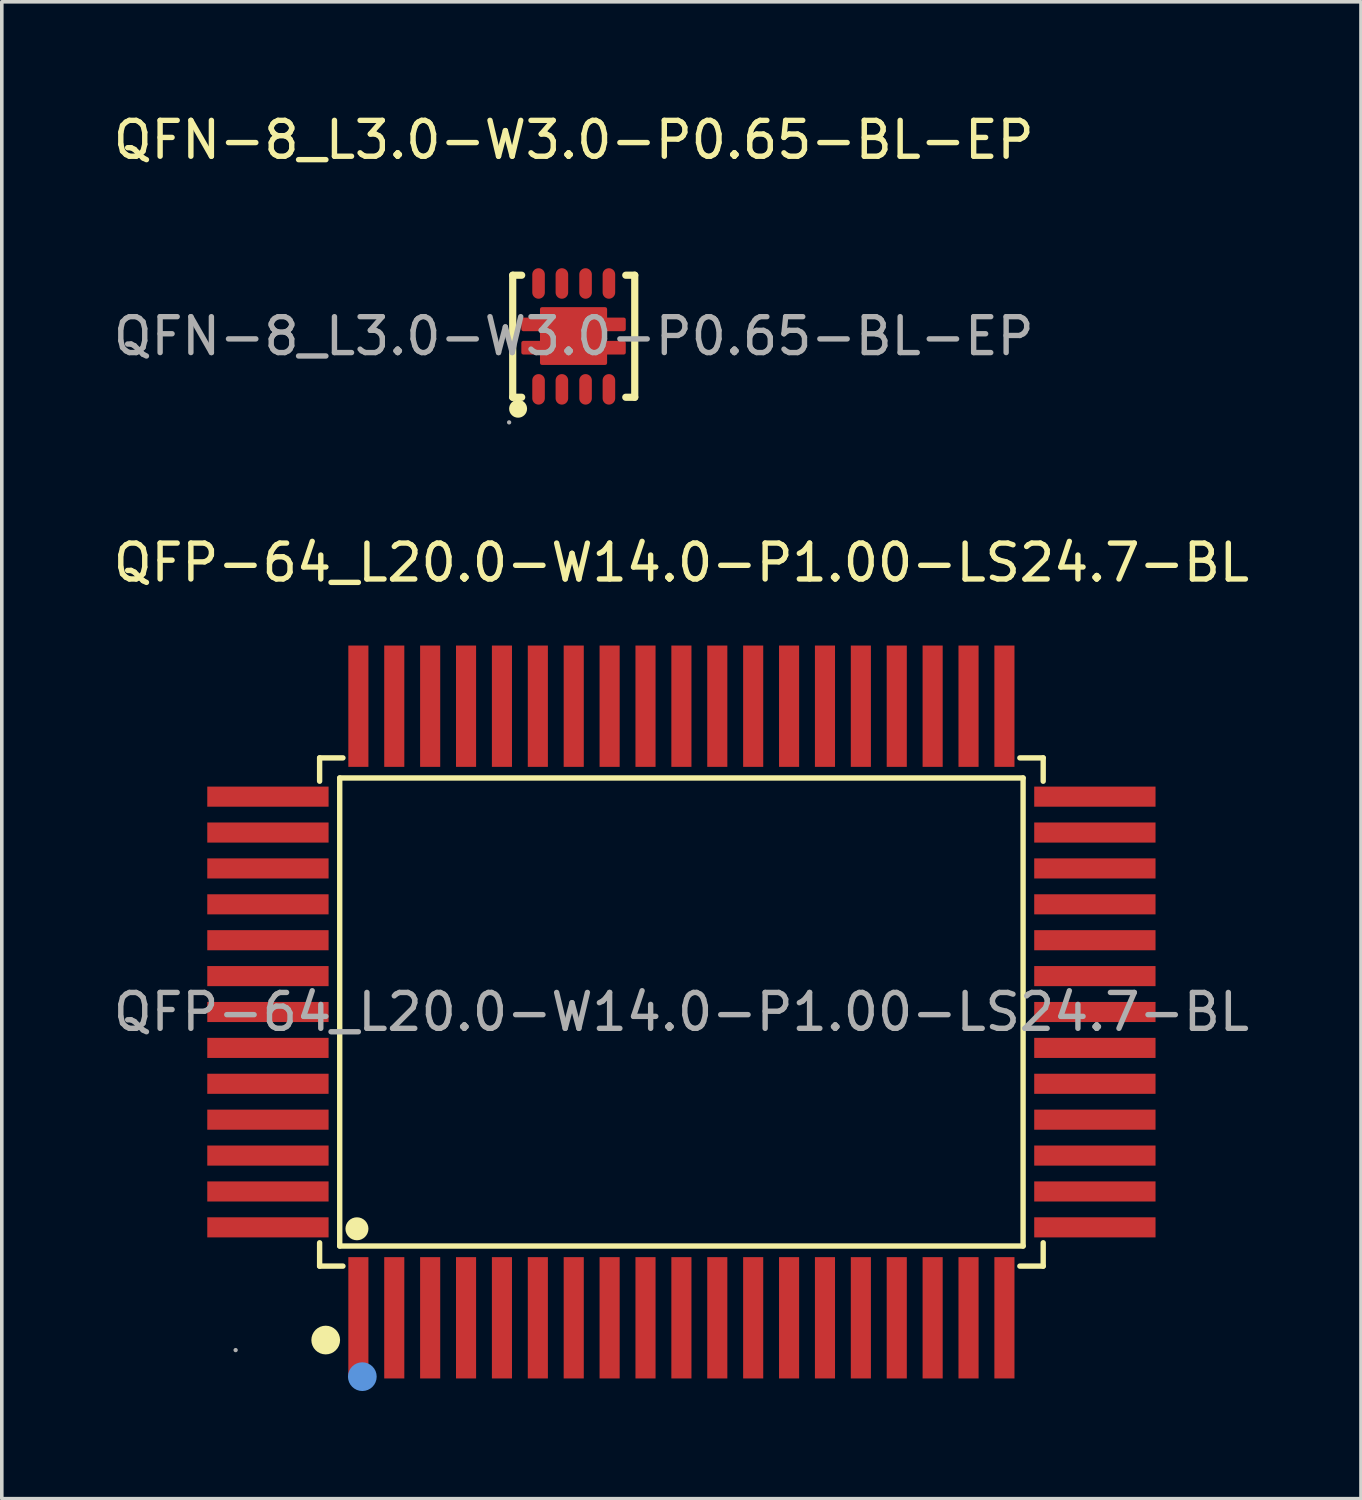
<source format=kicad_pcb>
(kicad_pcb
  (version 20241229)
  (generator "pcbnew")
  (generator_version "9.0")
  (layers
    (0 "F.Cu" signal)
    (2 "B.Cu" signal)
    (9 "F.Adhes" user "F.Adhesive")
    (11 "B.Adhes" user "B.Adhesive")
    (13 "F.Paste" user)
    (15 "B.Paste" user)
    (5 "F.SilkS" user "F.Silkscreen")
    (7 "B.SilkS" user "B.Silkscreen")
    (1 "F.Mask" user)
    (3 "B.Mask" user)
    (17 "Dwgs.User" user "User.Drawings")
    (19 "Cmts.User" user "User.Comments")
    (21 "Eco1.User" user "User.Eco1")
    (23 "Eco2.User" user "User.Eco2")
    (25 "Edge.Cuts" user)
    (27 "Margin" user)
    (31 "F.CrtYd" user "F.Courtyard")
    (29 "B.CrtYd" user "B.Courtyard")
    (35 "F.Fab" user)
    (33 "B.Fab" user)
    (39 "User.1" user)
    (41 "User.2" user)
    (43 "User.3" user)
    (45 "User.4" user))
  (footprint "QFN-8_L3.0-W3.0-P0.65-BL-EP"
    (layer "F.Cu")
    (at 12.935 6.318)
    (property "Reference" "QFN-8_L3.0-W3.0-P0.65-BL-EP" (at 0 -5.47 0) (layer "F.SilkS") (effects (font (size 1 1) (thickness 0.15))))
    (attr through_hole)
    (fp_line (start -1.7 -1.7) (end -1.45 -1.7) (stroke (width 0.2) (type solid)) (layer "F.SilkS"))
    (fp_line (start -1.7 1.7) (end -1.7 -1.7) (stroke (width 0.2) (type solid)) (layer "F.SilkS"))
    (fp_line (start -1.45 1.7) (end -1.7 1.7) (stroke (width 0.2) (type solid)) (layer "F.SilkS"))
    (fp_line (start 1.45 -1.7) (end 1.7 -1.7) (stroke (width 0.2) (type solid)) (layer "F.SilkS"))
    (fp_line (start 1.7 -1.7) (end 1.7 1.7) (stroke (width 0.2) (type solid)) (layer "F.SilkS"))
    (fp_line (start 1.7 1.7) (end 1.45 1.7) (stroke (width 0.2) (type solid)) (layer "F.SilkS"))
    (fp_arc (start -1.55 2.02) (mid -1.55 2.02) (end -1.55 2.02) (stroke (width 0.25) (type solid)) (layer "F.SilkS"))
    (fp_circle (center -1.8 2.4) (end -1.77 2.4) (stroke (width 0.06) (type solid)) (fill no) (layer "F.Fab"))
    (fp_text user "${REFERENCE}" (at 0 0 0) (layer "F.Fab") (effects (font (size 1 1) (thickness 0.15))))
    (pad "1" smd oval (at -0.98 1.48) (size 0.35 0.85) (layers "F.Cu" "F.Mask" "F.Paste"))
    (pad "2" smd oval (at -0.33 1.48) (size 0.35 0.85) (layers "F.Cu" "F.Mask" "F.Paste"))
    (pad "3" smd oval (at 0.33 1.48) (size 0.35 0.85) (layers "F.Cu" "F.Mask" "F.Paste"))
    (pad "4" smd oval (at 0.98 1.48) (size 0.35 0.85) (layers "F.Cu" "F.Mask" "F.Paste"))
    (pad "5" smd oval (at 0.98 -1.47 180) (size 0.35 0.85) (layers "F.Cu" "F.Mask" "F.Paste"))
    (pad "6" smd oval (at 0.33 -1.47 180) (size 0.35 0.85) (layers "F.Cu" "F.Mask" "F.Paste"))
    (pad "7" smd oval (at -0.33 -1.47 180) (size 0.35 0.85) (layers "F.Cu" "F.Mask" "F.Paste"))
    (pad "8" smd oval (at -0.98 -1.47 180) (size 0.35 0.85) (layers "F.Cu" "F.Mask" "F.Paste"))
    (pad "9" smd custom (at 0 0) (size 1 1) (layers "F.Cu" "F.Mask" "F.Paste") (options (anchor circle)) (primitives (gr_poly (pts (xy -1.41 -0.47) (xy -0.89 -0.47) (xy -0.89 -0.76) (xy 0.88 -0.76) (xy 0.88 -0.47) (xy 1.4 -0.47) (xy 1.4 -0.19) (xy 0.88 -0.19) (xy 0.88 0.18) (xy 1.4 0.18) (xy 1.4 0.46) (xy 0.88 0.46) (xy 0.88 0.75) (xy -0.89 0.75) (xy -0.89 0.46) (xy -1.41 0.46) (xy -1.41 0.18) (xy -0.89 0.18) (xy -0.89 -0.19) (xy -1.41 -0.19) (xy -1.41 -0.47)) (width 0.1) (fill yes)))))
  (footprint "QFP-64_L20.0-W14.0-P1.00-LS24.7-BL"
    (layer "F.Cu")
    (at 15.935 25.146)
    (property "Reference" "QFP-64_L20.0-W14.0-P1.00-LS24.7-BL" (at 0 -12.52 0) (layer "F.SilkS") (effects (font (size 1 1) (thickness 0.15))))
    (attr through_hole)
    (fp_line (start -10.08 -7.08) (end -10.08 -6.43) (stroke (width 0.15) (type solid)) (layer "F.SilkS"))
    (fp_line (start -10.08 7.08) (end -10.08 6.43) (stroke (width 0.15) (type solid)) (layer "F.SilkS"))
    (fp_line (start -9.52 -6.52) (end 9.52 -6.52) (stroke (width 0.15) (type solid)) (layer "F.SilkS"))
    (fp_line (start -9.52 6.52) (end -9.52 -6.52) (stroke (width 0.15) (type solid)) (layer "F.SilkS"))
    (fp_line (start -9.43 -7.08) (end -10.08 -7.08) (stroke (width 0.15) (type solid)) (layer "F.SilkS"))
    (fp_line (start -9.43 7.08) (end -10.08 7.08) (stroke (width 0.15) (type solid)) (layer "F.SilkS"))
    (fp_line (start 9.43 -7.08) (end 10.08 -7.08) (stroke (width 0.15) (type solid)) (layer "F.SilkS"))
    (fp_line (start 9.43 7.08) (end 10.08 7.08) (stroke (width 0.15) (type solid)) (layer "F.SilkS"))
    (fp_line (start 9.52 -6.52) (end 9.52 6.52) (stroke (width 0.15) (type solid)) (layer "F.SilkS"))
    (fp_line (start 9.52 6.52) (end -9.52 6.52) (stroke (width 0.15) (type solid)) (layer "F.SilkS"))
    (fp_line (start 10.08 -7.08) (end 10.08 -6.43) (stroke (width 0.15) (type solid)) (layer "F.SilkS"))
    (fp_line (start 10.08 7.08) (end 10.08 6.43) (stroke (width 0.15) (type solid)) (layer "F.SilkS"))
    (fp_circle (center -9.91 9.14) (end -9.71 9.14) (stroke (width 0.4) (type solid)) (fill no) (layer "F.SilkS"))
    (fp_circle (center -9.04 6.04) (end -8.88 6.04) (stroke (width 0.32) (type solid)) (fill no) (layer "F.SilkS"))
    (fp_circle (center -8.89 10.16) (end -8.69 10.16) (stroke (width 0.4) (type solid)) (fill no) (layer "Cmts.User"))
    (fp_circle (center -12.42 9.42) (end -12.39 9.42) (stroke (width 0.06) (type solid)) (fill no) (layer "F.Fab"))
    (fp_text user "${REFERENCE}" (at 0 0 0) (layer "F.Fab") (effects (font (size 1 1) (thickness 0.15))))
    (pad "1" smd rect (at -9 8.52) (size 0.56 3.38) (layers "F.Cu" "F.Mask" "F.Paste"))
    (pad "2" smd rect (at -8 8.52) (size 0.56 3.38) (layers "F.Cu" "F.Mask" "F.Paste"))
    (pad "3" smd rect (at -7 8.52) (size 0.56 3.38) (layers "F.Cu" "F.Mask" "F.Paste"))
    (pad "4" smd rect (at -6 8.52) (size 0.56 3.38) (layers "F.Cu" "F.Mask" "F.Paste"))
    (pad "5" smd rect (at -5 8.52) (size 0.56 3.38) (layers "F.Cu" "F.Mask" "F.Paste"))
    (pad "6" smd rect (at -4 8.52) (size 0.56 3.38) (layers "F.Cu" "F.Mask" "F.Paste"))
    (pad "7" smd rect (at -3 8.52) (size 0.56 3.38) (layers "F.Cu" "F.Mask" "F.Paste"))
    (pad "8" smd rect (at -2 8.52) (size 0.56 3.38) (layers "F.Cu" "F.Mask" "F.Paste"))
    (pad "9" smd rect (at -1 8.52) (size 0.56 3.38) (layers "F.Cu" "F.Mask" "F.Paste"))
    (pad "10" smd rect (at 0 8.52) (size 0.56 3.38) (layers "F.Cu" "F.Mask" "F.Paste"))
    (pad "11" smd rect (at 1 8.52) (size 0.56 3.38) (layers "F.Cu" "F.Mask" "F.Paste"))
    (pad "12" smd rect (at 2 8.52) (size 0.56 3.38) (layers "F.Cu" "F.Mask" "F.Paste"))
    (pad "13" smd rect (at 3 8.52) (size 0.56 3.38) (layers "F.Cu" "F.Mask" "F.Paste"))
    (pad "14" smd rect (at 4 8.52) (size 0.56 3.38) (layers "F.Cu" "F.Mask" "F.Paste"))
    (pad "15" smd rect (at 5 8.52) (size 0.56 3.38) (layers "F.Cu" "F.Mask" "F.Paste"))
    (pad "16" smd rect (at 6 8.52) (size 0.56 3.38) (layers "F.Cu" "F.Mask" "F.Paste"))
    (pad "17" smd rect (at 7 8.52) (size 0.56 3.38) (layers "F.Cu" "F.Mask" "F.Paste"))
    (pad "18" smd rect (at 8 8.52) (size 0.56 3.38) (layers "F.Cu" "F.Mask" "F.Paste"))
    (pad "19" smd rect (at 9 8.52) (size 0.56 3.38) (layers "F.Cu" "F.Mask" "F.Paste"))
    (pad "20" smd rect (at 11.52 6) (size 3.38 0.56) (layers "F.Cu" "F.Mask" "F.Paste"))
    (pad "21" smd rect (at 11.52 5) (size 3.38 0.56) (layers "F.Cu" "F.Mask" "F.Paste"))
    (pad "22" smd rect (at 11.52 4) (size 3.38 0.56) (layers "F.Cu" "F.Mask" "F.Paste"))
    (pad "23" smd rect (at 11.52 3) (size 3.38 0.56) (layers "F.Cu" "F.Mask" "F.Paste"))
    (pad "24" smd rect (at 11.52 2) (size 3.38 0.56) (layers "F.Cu" "F.Mask" "F.Paste"))
    (pad "25" smd rect (at 11.52 1) (size 3.38 0.56) (layers "F.Cu" "F.Mask" "F.Paste"))
    (pad "26" smd rect (at 11.52 0) (size 3.38 0.56) (layers "F.Cu" "F.Mask" "F.Paste"))
    (pad "27" smd rect (at 11.52 -1) (size 3.38 0.56) (layers "F.Cu" "F.Mask" "F.Paste"))
    (pad "28" smd rect (at 11.52 -2) (size 3.38 0.56) (layers "F.Cu" "F.Mask" "F.Paste"))
    (pad "29" smd rect (at 11.52 -3) (size 3.38 0.56) (layers "F.Cu" "F.Mask" "F.Paste"))
    (pad "30" smd rect (at 11.52 -4) (size 3.38 0.56) (layers "F.Cu" "F.Mask" "F.Paste"))
    (pad "31" smd rect (at 11.52 -5) (size 3.38 0.56) (layers "F.Cu" "F.Mask" "F.Paste"))
    (pad "32" smd rect (at 11.52 -6) (size 3.38 0.56) (layers "F.Cu" "F.Mask" "F.Paste"))
    (pad "33" smd rect (at 9 -8.52) (size 0.56 3.38) (layers "F.Cu" "F.Mask" "F.Paste"))
    (pad "34" smd rect (at 8 -8.52) (size 0.56 3.38) (layers "F.Cu" "F.Mask" "F.Paste"))
    (pad "35" smd rect (at 7 -8.52) (size 0.56 3.38) (layers "F.Cu" "F.Mask" "F.Paste"))
    (pad "36" smd rect (at 6 -8.52) (size 0.56 3.38) (layers "F.Cu" "F.Mask" "F.Paste"))
    (pad "37" smd rect (at 5 -8.52) (size 0.56 3.38) (layers "F.Cu" "F.Mask" "F.Paste"))
    (pad "38" smd rect (at 4 -8.52) (size 0.56 3.38) (layers "F.Cu" "F.Mask" "F.Paste"))
    (pad "39" smd rect (at 3 -8.52) (size 0.56 3.38) (layers "F.Cu" "F.Mask" "F.Paste"))
    (pad "40" smd rect (at 2 -8.52) (size 0.56 3.38) (layers "F.Cu" "F.Mask" "F.Paste"))
    (pad "41" smd rect (at 1 -8.52) (size 0.56 3.38) (layers "F.Cu" "F.Mask" "F.Paste"))
    (pad "42" smd rect (at 0 -8.52) (size 0.56 3.38) (layers "F.Cu" "F.Mask" "F.Paste"))
    (pad "43" smd rect (at -1 -8.52) (size 0.56 3.38) (layers "F.Cu" "F.Mask" "F.Paste"))
    (pad "44" smd rect (at -2 -8.52) (size 0.56 3.38) (layers "F.Cu" "F.Mask" "F.Paste"))
    (pad "45" smd rect (at -3 -8.52) (size 0.56 3.38) (layers "F.Cu" "F.Mask" "F.Paste"))
    (pad "46" smd rect (at -4 -8.52) (size 0.56 3.38) (layers "F.Cu" "F.Mask" "F.Paste"))
    (pad "47" smd rect (at -5 -8.52) (size 0.56 3.38) (layers "F.Cu" "F.Mask" "F.Paste"))
    (pad "48" smd rect (at -6 -8.52) (size 0.56 3.38) (layers "F.Cu" "F.Mask" "F.Paste"))
    (pad "49" smd rect (at -7 -8.52) (size 0.56 3.38) (layers "F.Cu" "F.Mask" "F.Paste"))
    (pad "50" smd rect (at -8 -8.52) (size 0.56 3.38) (layers "F.Cu" "F.Mask" "F.Paste"))
    (pad "51" smd rect (at -9 -8.52) (size 0.56 3.38) (layers "F.Cu" "F.Mask" "F.Paste"))
    (pad "52" smd rect (at -11.52 -6) (size 3.38 0.56) (layers "F.Cu" "F.Mask" "F.Paste"))
    (pad "53" smd rect (at -11.52 -5) (size 3.38 0.56) (layers "F.Cu" "F.Mask" "F.Paste"))
    (pad "54" smd rect (at -11.52 -4) (size 3.38 0.56) (layers "F.Cu" "F.Mask" "F.Paste"))
    (pad "55" smd rect (at -11.52 -3) (size 3.38 0.56) (layers "F.Cu" "F.Mask" "F.Paste"))
    (pad "56" smd rect (at -11.52 -2) (size 3.38 0.56) (layers "F.Cu" "F.Mask" "F.Paste"))
    (pad "57" smd rect (at -11.52 -1) (size 3.38 0.56) (layers "F.Cu" "F.Mask" "F.Paste"))
    (pad "58" smd rect (at -11.52 0) (size 3.38 0.56) (layers "F.Cu" "F.Mask" "F.Paste"))
    (pad "59" smd rect (at -11.52 1) (size 3.38 0.56) (layers "F.Cu" "F.Mask" "F.Paste"))
    (pad "60" smd rect (at -11.52 2) (size 3.38 0.56) (layers "F.Cu" "F.Mask" "F.Paste"))
    (pad "61" smd rect (at -11.52 3) (size 3.38 0.56) (layers "F.Cu" "F.Mask" "F.Paste"))
    (pad "62" smd rect (at -11.52 4) (size 3.38 0.56) (layers "F.Cu" "F.Mask" "F.Paste"))
    (pad "63" smd rect (at -11.52 5) (size 3.38 0.56) (layers "F.Cu" "F.Mask" "F.Paste"))
    (pad "64" smd rect (at -11.52 6) (size 3.38 0.56) (layers "F.Cu" "F.Mask" "F.Paste")))
  (gr_rect
    (start -3 -3)
    (end 34.869 38.706)
    (stroke (width 0.1) (type default))
    (fill no)
    (layer "Edge.Cuts")))
</source>
